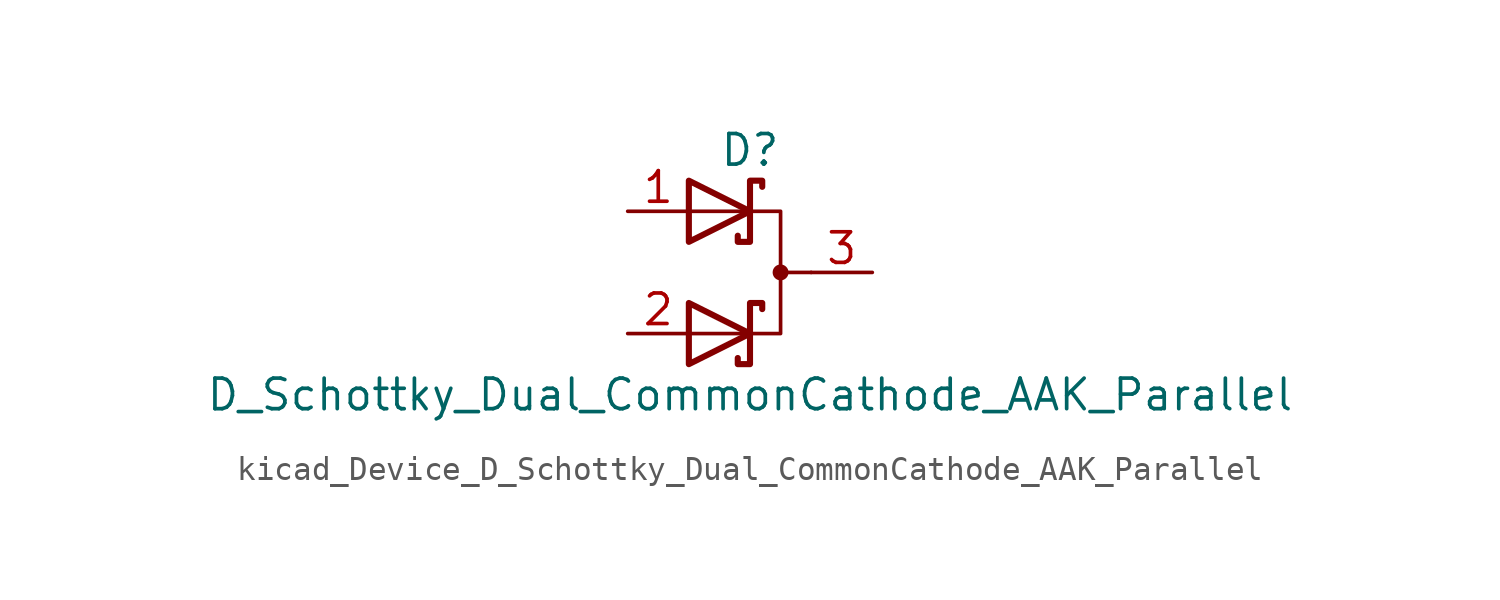
<source format=kicad_sym>
(kicad_symbol_lib
  (version 20220914)
  (generator kicad_symbol_editor)
  (symbol "kicad_Device_D_Schottky_Dual_CommonCathode_AAK_Parallel"
    (pin_names
      (offset 0.762) hide)
    (property "Reference" "D"
      (at 0 5.08 0)
      (effects (font (size 1.27 1.27))))
    (property "Value" "D_Schottky_Dual_CommonCathode_AAK_Parallel"
      (at 0 -5.08 0)
      (effects (font (size 1.27 1.27))))
    (symbol "kicad_Device_D_Schottky_Dual_CommonCathode_AAK_Parallel_0_1"
      (polyline (pts (xy 1.27 0) (xy 2.54 0)) (stroke (width 0) (type default)) (fill (type none)))
      (polyline (pts (xy -2.54 -2.54) (xy 1.27 -2.54) (xy 1.27 2.54) (xy -2.54 2.54)) (stroke (width 0) (type default)) (fill (type none)))
      (polyline (pts (xy -2.54 -1.27) (xy 0 -2.54) (xy -2.54 -3.81) (xy -2.54 -1.27) (xy -2.54 -1.27) (xy -2.54 -1.27)) (stroke (width 0.254) (type default)) (fill (type none)))
      (polyline (pts (xy -2.54 3.81) (xy 0 2.54) (xy -2.54 1.27) (xy -2.54 3.81) (xy -2.54 3.81) (xy -2.54 3.81)) (stroke (width 0.254) (type default)) (fill (type none)))
      (polyline (pts (xy 0.508 -1.524) (xy 0.508 -1.27) (xy 0 -1.27) (xy 0 -3.81) (xy -0.508 -3.81) (xy -0.508 -3.556)) (stroke (width 0.254) (type default)) (fill (type none)))
      (polyline (pts (xy 0.508 3.556) (xy 0.508 3.81) (xy 0 3.81) (xy 0 1.27) (xy -0.508 1.27) (xy -0.508 1.524)) (stroke (width 0.254) (type default)) (fill (type none)))
      (circle (center 1.27 0) (radius 0.254) (stroke (width 0) (type default)) (fill (type outline)))
      (pin passive line (at -5.08 2.54 0) (length 2.54) (name "K" (effects (font (size 1.27 1.27)))) (number "1" (effects (font (size 1.27 1.27)))))
      (pin passive line (at -5.08 -2.54 0) (length 2.54) (name "K" (effects (font (size 1.27 1.27)))) (number "2" (effects (font (size 1.27 1.27)))))
      (pin passive line (at 5.08 0 180) (length 2.54) (name "A" (effects (font (size 1.27 1.27)))) (number "3" (effects (font (size 1.27 1.27))))))))
</source>
